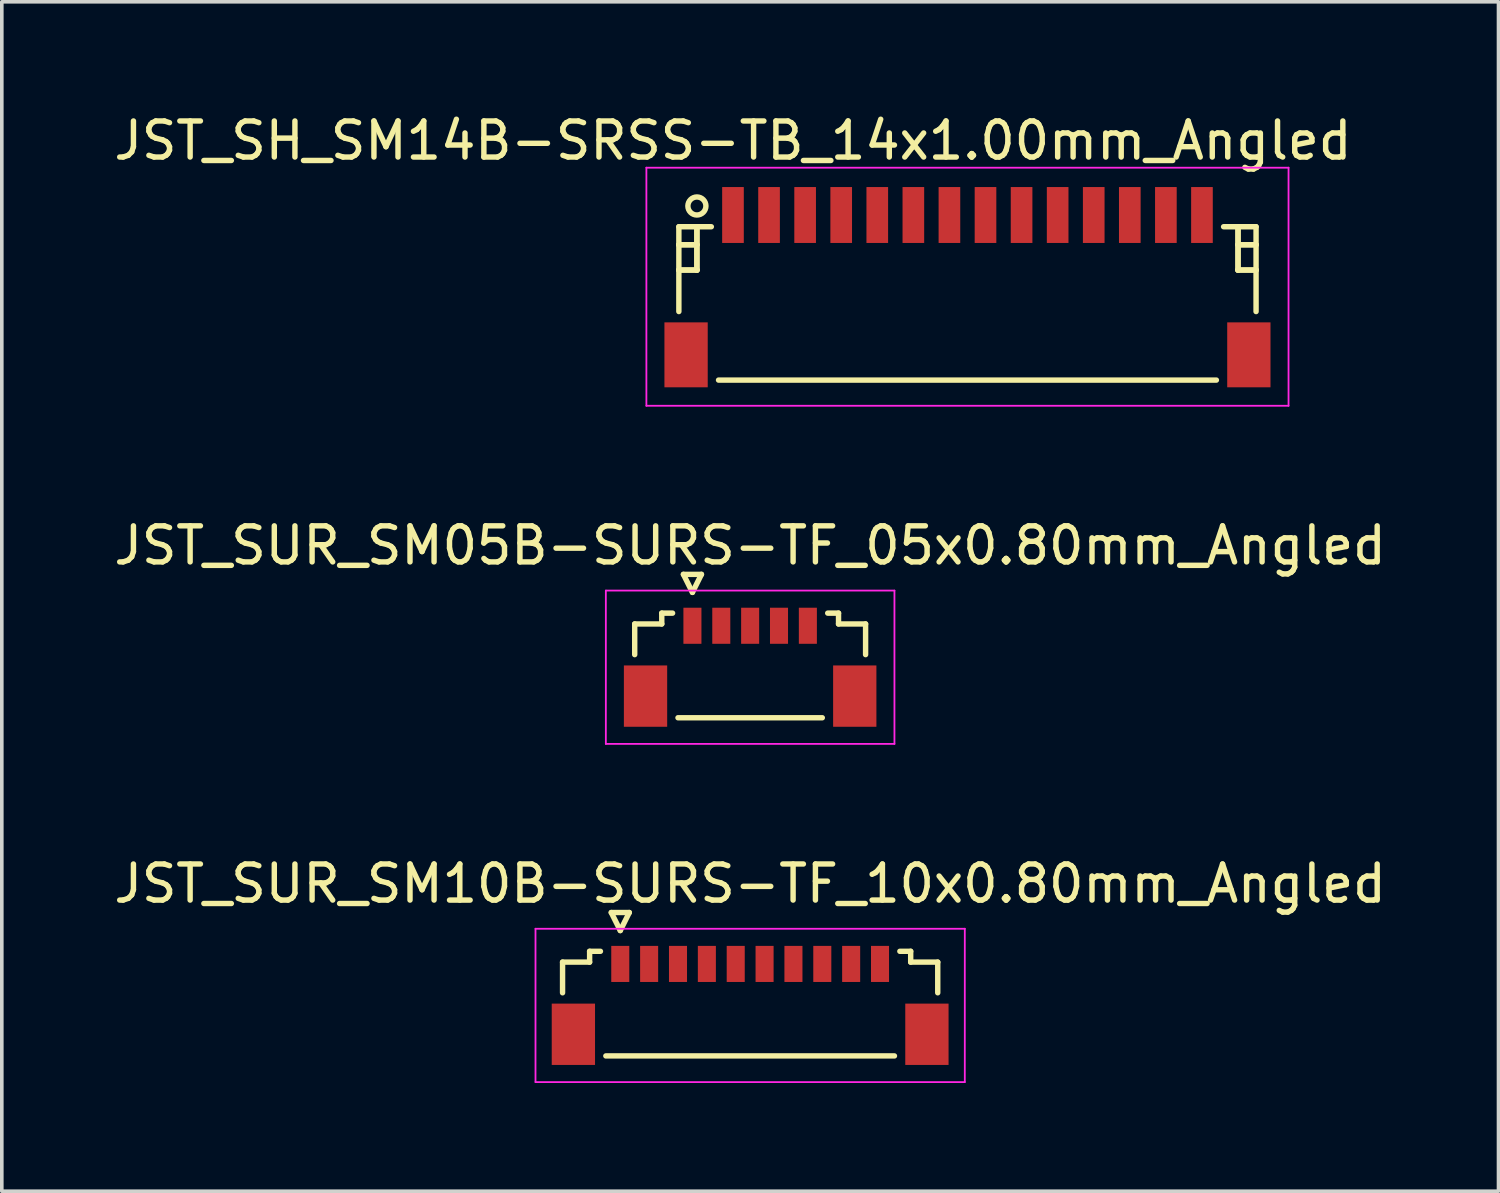
<source format=kicad_pcb>
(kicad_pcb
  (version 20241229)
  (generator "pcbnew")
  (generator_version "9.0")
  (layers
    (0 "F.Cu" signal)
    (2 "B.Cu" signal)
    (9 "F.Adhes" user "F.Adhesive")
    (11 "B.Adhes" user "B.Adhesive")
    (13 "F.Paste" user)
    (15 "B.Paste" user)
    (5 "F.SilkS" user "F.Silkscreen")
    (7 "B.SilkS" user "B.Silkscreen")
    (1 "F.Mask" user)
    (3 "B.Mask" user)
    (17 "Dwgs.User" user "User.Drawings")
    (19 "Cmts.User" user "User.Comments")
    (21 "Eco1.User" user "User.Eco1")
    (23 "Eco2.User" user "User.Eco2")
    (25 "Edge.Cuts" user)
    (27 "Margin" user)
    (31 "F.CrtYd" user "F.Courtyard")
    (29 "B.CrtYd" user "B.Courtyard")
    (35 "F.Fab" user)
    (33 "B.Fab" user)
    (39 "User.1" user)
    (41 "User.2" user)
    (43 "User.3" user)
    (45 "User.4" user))
  (footprint "JST_SUR_SM05B-SURS-TF_05x0.80mm_Angled"
    (layer "F.Cu")
    (at 17.744 15.271)
    (property "Reference" "JST_SUR_SM05B-SURS-TF_05x0.80mm_Angled" (at 0 -3.2 0) (layer "F.SilkS") (effects (font (size 1 1) (thickness 0.15))))
    (attr smd)
    (fp_line (start -3.2 -1.025) (end -3.2 -0.175) (stroke (width 0.15) (type solid)) (layer "F.SilkS"))
    (fp_line (start -2.45 -1.325) (end -2.45 -1.025) (stroke (width 0.15) (type solid)) (layer "F.SilkS"))
    (fp_line (start -2.45 -1.025) (end -3.2 -1.025) (stroke (width 0.15) (type solid)) (layer "F.SilkS"))
    (fp_line (start -2.15 -1.325) (end -2.45 -1.325) (stroke (width 0.15) (type solid)) (layer "F.SilkS"))
    (fp_line (start -2 1.575) (end 2 1.575) (stroke (width 0.15) (type solid)) (layer "F.SilkS"))
    (fp_line (start -1.85 -2.4) (end -1.35 -2.4) (stroke (width 0.15) (type solid)) (layer "F.SilkS"))
    (fp_line (start -1.6 -1.9) (end -1.85 -2.4) (stroke (width 0.15) (type solid)) (layer "F.SilkS"))
    (fp_line (start -1.35 -2.4) (end -1.6 -1.9) (stroke (width 0.15) (type solid)) (layer "F.SilkS"))
    (fp_line (start 2.15 -1.325) (end 2.45 -1.325) (stroke (width 0.15) (type solid)) (layer "F.SilkS"))
    (fp_line (start 2.45 -1.325) (end 2.45 -1.025) (stroke (width 0.15) (type solid)) (layer "F.SilkS"))
    (fp_line (start 2.45 -1.025) (end 3.2 -1.025) (stroke (width 0.15) (type solid)) (layer "F.SilkS"))
    (fp_line (start 3.2 -1.025) (end 3.2 -0.175) (stroke (width 0.15) (type solid)) (layer "F.SilkS"))
    (fp_line (start -4 -1.95) (end 4 -1.95) (stroke (width 0.05) (type solid)) (layer "F.CrtYd"))
    (fp_line (start -4 2.3) (end -4 -1.95) (stroke (width 0.05) (type solid)) (layer "F.CrtYd"))
    (fp_line (start 4 -1.95) (end 4 2.3) (stroke (width 0.05) (type solid)) (layer "F.CrtYd"))
    (fp_line (start 4 2.3) (end -4 2.3) (stroke (width 0.05) (type solid)) (layer "F.CrtYd"))
    (pad "" smd rect (at -2.9 0.975) (size 1.2 1.7) (layers "F.Cu" "F.Mask" "F.Paste"))
    (pad "" smd rect (at 2.9 0.975) (size 1.2 1.7) (layers "F.Cu" "F.Mask" "F.Paste"))
    (pad "1" smd rect (at -1.6 -0.975) (size 0.5 1) (layers "F.Cu" "F.Mask" "F.Paste"))
    (pad "2" smd rect (at -0.8 -0.975) (size 0.5 1) (layers "F.Cu" "F.Mask" "F.Paste"))
    (pad "3" smd rect (at 0 -0.975) (size 0.5 1) (layers "F.Cu" "F.Mask" "F.Paste"))
    (pad "4" smd rect (at 0.8 -0.975) (size 0.5 1) (layers "F.Cu" "F.Mask" "F.Paste"))
    (pad "5" smd rect (at 1.6 -0.975) (size 0.5 1) (layers "F.Cu" "F.Mask" "F.Paste")))
  (footprint "JST_SUR_SM10B-SURS-TF_10x0.80mm_Angled"
    (layer "F.Cu")
    (at 17.744 24.645)
    (property "Reference" "JST_SUR_SM10B-SURS-TF_10x0.80mm_Angled" (at 0 -3.2 0) (layer "F.SilkS") (effects (font (size 1 1) (thickness 0.15))))
    (attr smd)
    (fp_line (start -5.2 -1.025) (end -5.2 -0.175) (stroke (width 0.15) (type solid)) (layer "F.SilkS"))
    (fp_line (start -4.45 -1.325) (end -4.45 -1.025) (stroke (width 0.15) (type solid)) (layer "F.SilkS"))
    (fp_line (start -4.45 -1.025) (end -5.2 -1.025) (stroke (width 0.15) (type solid)) (layer "F.SilkS"))
    (fp_line (start -4.15 -1.325) (end -4.45 -1.325) (stroke (width 0.15) (type solid)) (layer "F.SilkS"))
    (fp_line (start -4 1.575) (end 4 1.575) (stroke (width 0.15) (type solid)) (layer "F.SilkS"))
    (fp_line (start -3.85 -2.4) (end -3.35 -2.4) (stroke (width 0.15) (type solid)) (layer "F.SilkS"))
    (fp_line (start -3.6 -1.9) (end -3.85 -2.4) (stroke (width 0.15) (type solid)) (layer "F.SilkS"))
    (fp_line (start -3.35 -2.4) (end -3.6 -1.9) (stroke (width 0.15) (type solid)) (layer "F.SilkS"))
    (fp_line (start 4.15 -1.325) (end 4.45 -1.325) (stroke (width 0.15) (type solid)) (layer "F.SilkS"))
    (fp_line (start 4.45 -1.325) (end 4.45 -1.025) (stroke (width 0.15) (type solid)) (layer "F.SilkS"))
    (fp_line (start 4.45 -1.025) (end 5.2 -1.025) (stroke (width 0.15) (type solid)) (layer "F.SilkS"))
    (fp_line (start 5.2 -1.025) (end 5.2 -0.175) (stroke (width 0.15) (type solid)) (layer "F.SilkS"))
    (fp_line (start -5.95 -1.95) (end 5.95 -1.95) (stroke (width 0.05) (type solid)) (layer "F.CrtYd"))
    (fp_line (start -5.95 2.3) (end -5.95 -1.95) (stroke (width 0.05) (type solid)) (layer "F.CrtYd"))
    (fp_line (start 5.95 -1.95) (end 5.95 2.3) (stroke (width 0.05) (type solid)) (layer "F.CrtYd"))
    (fp_line (start 5.95 2.3) (end -5.95 2.3) (stroke (width 0.05) (type solid)) (layer "F.CrtYd"))
    (pad "" smd rect (at -4.9 0.975) (size 1.2 1.7) (layers "F.Cu" "F.Mask" "F.Paste"))
    (pad "" smd rect (at 4.9 0.975) (size 1.2 1.7) (layers "F.Cu" "F.Mask" "F.Paste"))
    (pad "1" smd rect (at -3.6 -0.975) (size 0.5 1) (layers "F.Cu" "F.Mask" "F.Paste"))
    (pad "2" smd rect (at -2.8 -0.975) (size 0.5 1) (layers "F.Cu" "F.Mask" "F.Paste"))
    (pad "3" smd rect (at -2 -0.975) (size 0.5 1) (layers "F.Cu" "F.Mask" "F.Paste"))
    (pad "4" smd rect (at -1.2 -0.975) (size 0.5 1) (layers "F.Cu" "F.Mask" "F.Paste"))
    (pad "5" smd rect (at -0.4 -0.975) (size 0.5 1) (layers "F.Cu" "F.Mask" "F.Paste"))
    (pad "6" smd rect (at 0.4 -0.975) (size 0.5 1) (layers "F.Cu" "F.Mask" "F.Paste"))
    (pad "7" smd rect (at 1.2 -0.975) (size 0.5 1) (layers "F.Cu" "F.Mask" "F.Paste"))
    (pad "8" smd rect (at 2 -0.975) (size 0.5 1) (layers "F.Cu" "F.Mask" "F.Paste"))
    (pad "9" smd rect (at 2.8 -0.975) (size 0.5 1) (layers "F.Cu" "F.Mask" "F.Paste"))
    (pad "10" smd rect (at 3.6 -0.975) (size 0.5 1) (layers "F.Cu" "F.Mask" "F.Paste")))
  (footprint "JST_SH_SM14B-SRSS-TB_14x1.00mm_Angled"
    (layer "F.Cu")
    (at 23.768 4.848)
    (property "Reference" "JST_SH_SM14B-SRSS-TB_14x1.00mm_Angled" (at -6.5 -4 0) (layer "F.SilkS") (effects (font (size 1 1) (thickness 0.15))))
    (attr smd)
    (fp_line (start -8 -1.613) (end -7.1 -1.613) (stroke (width 0.15) (type solid)) (layer "F.SilkS"))
    (fp_line (start -8 -1.113) (end -8 -1.113) (stroke (width 0.15) (type solid)) (layer "F.SilkS"))
    (fp_line (start -8 -1.113) (end -7.5 -1.113) (stroke (width 0.15) (type solid)) (layer "F.SilkS"))
    (fp_line (start -8 -0.412) (end -8 -0.412) (stroke (width 0.15) (type solid)) (layer "F.SilkS"))
    (fp_line (start -8 -0.412) (end -7.5 -0.412) (stroke (width 0.15) (type solid)) (layer "F.SilkS"))
    (fp_line (start -8 0.738) (end -8 -1.613) (stroke (width 0.15) (type solid)) (layer "F.SilkS"))
    (fp_line (start -7.5 -1.613) (end -7.5 -1.613) (stroke (width 0.15) (type solid)) (layer "F.SilkS"))
    (fp_line (start -7.5 -1.613) (end -7.5 -0.412) (stroke (width 0.15) (type solid)) (layer "F.SilkS"))
    (fp_line (start -7.5 -1.113) (end -8 -1.113) (stroke (width 0.15) (type solid)) (layer "F.SilkS"))
    (fp_line (start -7.5 -1.113) (end -7.5 -1.113) (stroke (width 0.15) (type solid)) (layer "F.SilkS"))
    (fp_line (start -7.5 -0.412) (end -8 -0.412) (stroke (width 0.15) (type solid)) (layer "F.SilkS"))
    (fp_line (start -7.5 -0.412) (end -7.5 -1.613) (stroke (width 0.15) (type solid)) (layer "F.SilkS"))
    (fp_line (start -7.5 -0.412) (end -7.5 -0.412) (stroke (width 0.15) (type solid)) (layer "F.SilkS"))
    (fp_line (start -7.5 -0.412) (end -7.5 -0.412) (stroke (width 0.15) (type solid)) (layer "F.SilkS"))
    (fp_line (start -6.9 2.638) (end 6.9 2.638) (stroke (width 0.15) (type solid)) (layer "F.SilkS"))
    (fp_line (start 7.5 -1.613) (end 7.5 -1.613) (stroke (width 0.15) (type solid)) (layer "F.SilkS"))
    (fp_line (start 7.5 -1.613) (end 7.5 -0.412) (stroke (width 0.15) (type solid)) (layer "F.SilkS"))
    (fp_line (start 7.5 -1.113) (end 7.5 -1.113) (stroke (width 0.15) (type solid)) (layer "F.SilkS"))
    (fp_line (start 7.5 -1.113) (end 8 -1.113) (stroke (width 0.15) (type solid)) (layer "F.SilkS"))
    (fp_line (start 7.5 -0.412) (end 7.5 -1.613) (stroke (width 0.15) (type solid)) (layer "F.SilkS"))
    (fp_line (start 7.5 -0.412) (end 7.5 -0.412) (stroke (width 0.15) (type solid)) (layer "F.SilkS"))
    (fp_line (start 7.5 -0.412) (end 7.5 -0.412) (stroke (width 0.15) (type solid)) (layer "F.SilkS"))
    (fp_line (start 7.5 -0.412) (end 8 -0.412) (stroke (width 0.15) (type solid)) (layer "F.SilkS"))
    (fp_line (start 8 -1.613) (end 7.1 -1.613) (stroke (width 0.15) (type solid)) (layer "F.SilkS"))
    (fp_line (start 8 -1.113) (end 7.5 -1.113) (stroke (width 0.15) (type solid)) (layer "F.SilkS"))
    (fp_line (start 8 -1.113) (end 8 -1.113) (stroke (width 0.15) (type solid)) (layer "F.SilkS"))
    (fp_line (start 8 -0.412) (end 7.5 -0.412) (stroke (width 0.15) (type solid)) (layer "F.SilkS"))
    (fp_line (start 8 -0.412) (end 8 -0.412) (stroke (width 0.15) (type solid)) (layer "F.SilkS"))
    (fp_line (start 8 0.738) (end 8 -1.613) (stroke (width 0.15) (type solid)) (layer "F.SilkS"))
    (fp_circle (center -7.5 -2.188) (end -7.25 -2.188) (stroke (width 0.15) (type solid)) (fill no) (layer "F.SilkS"))
    (fp_line (start -8.9 -3.25) (end 8.9 -3.25) (stroke (width 0.05) (type solid)) (layer "F.CrtYd"))
    (fp_line (start -8.9 3.35) (end -8.9 -3.25) (stroke (width 0.05) (type solid)) (layer "F.CrtYd"))
    (fp_line (start 8.9 -3.25) (end 8.9 3.35) (stroke (width 0.05) (type solid)) (layer "F.CrtYd"))
    (fp_line (start 8.9 3.35) (end -8.9 3.35) (stroke (width 0.05) (type solid)) (layer "F.CrtYd"))
    (pad "" smd rect (at -7.8 1.938) (size 1.2 1.8) (layers "F.Cu" "F.Mask" "F.Paste"))
    (pad "" smd rect (at 7.8 1.938) (size 1.2 1.8) (layers "F.Cu" "F.Mask" "F.Paste"))
    (pad "1" smd rect (at -6.5 -1.938) (size 0.6 1.55) (layers "F.Cu" "F.Mask" "F.Paste"))
    (pad "2" smd rect (at -5.5 -1.938) (size 0.6 1.55) (layers "F.Cu" "F.Mask" "F.Paste"))
    (pad "3" smd rect (at -4.5 -1.938) (size 0.6 1.55) (layers "F.Cu" "F.Mask" "F.Paste"))
    (pad "4" smd rect (at -3.5 -1.938) (size 0.6 1.55) (layers "F.Cu" "F.Mask" "F.Paste"))
    (pad "5" smd rect (at -2.5 -1.938) (size 0.6 1.55) (layers "F.Cu" "F.Mask" "F.Paste"))
    (pad "6" smd rect (at -1.5 -1.938) (size 0.6 1.55) (layers "F.Cu" "F.Mask" "F.Paste"))
    (pad "7" smd rect (at -0.5 -1.938) (size 0.6 1.55) (layers "F.Cu" "F.Mask" "F.Paste"))
    (pad "8" smd rect (at 0.5 -1.938) (size 0.6 1.55) (layers "F.Cu" "F.Mask" "F.Paste"))
    (pad "9" smd rect (at 1.5 -1.938) (size 0.6 1.55) (layers "F.Cu" "F.Mask" "F.Paste"))
    (pad "10" smd rect (at 2.5 -1.938) (size 0.6 1.55) (layers "F.Cu" "F.Mask" "F.Paste"))
    (pad "11" smd rect (at 3.5 -1.938) (size 0.6 1.55) (layers "F.Cu" "F.Mask" "F.Paste"))
    (pad "12" smd rect (at 4.5 -1.938) (size 0.6 1.55) (layers "F.Cu" "F.Mask" "F.Paste"))
    (pad "13" smd rect (at 5.5 -1.938) (size 0.6 1.55) (layers "F.Cu" "F.Mask" "F.Paste"))
    (pad "14" smd rect (at 6.5 -1.938) (size 0.6 1.55) (layers "F.Cu" "F.Mask" "F.Paste")))
  (gr_rect
    (start -3 -3)
    (end 38.488 29.97)
    (stroke (width 0.1) (type default))
    (fill no)
    (layer "Edge.Cuts")))
</source>
